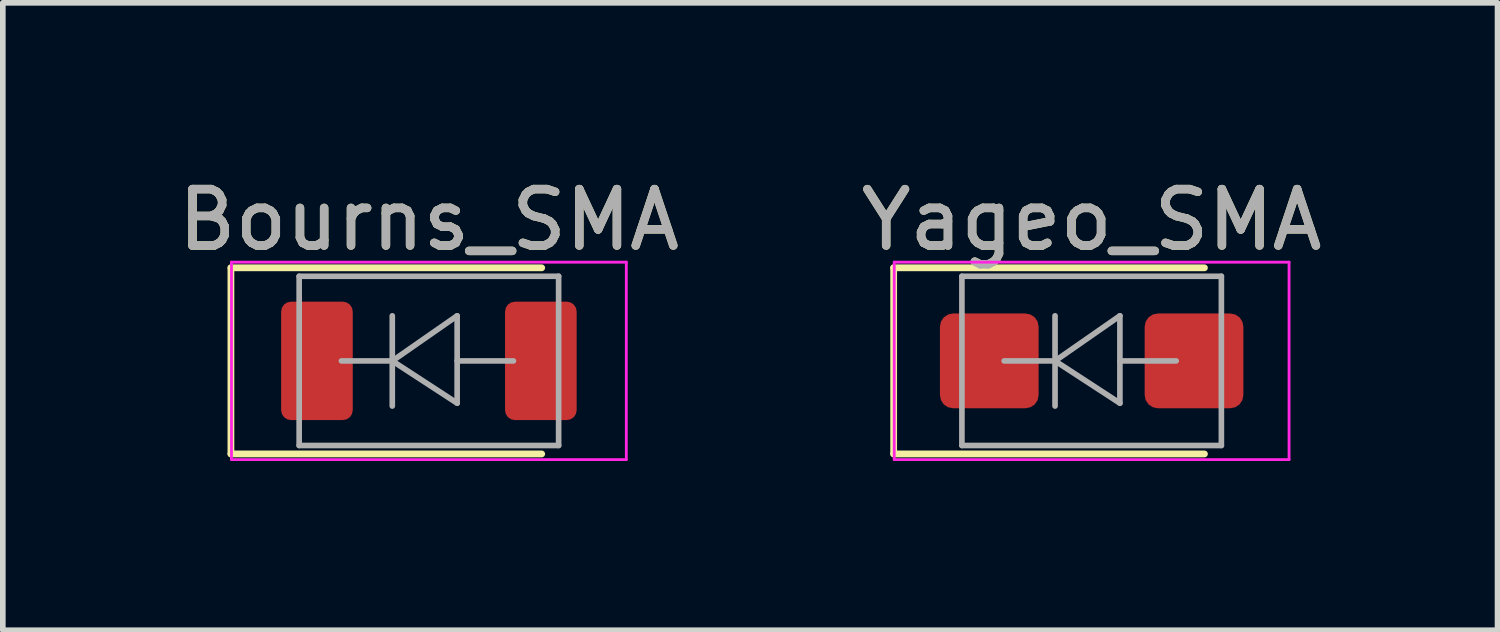
<source format=kicad_pcb>
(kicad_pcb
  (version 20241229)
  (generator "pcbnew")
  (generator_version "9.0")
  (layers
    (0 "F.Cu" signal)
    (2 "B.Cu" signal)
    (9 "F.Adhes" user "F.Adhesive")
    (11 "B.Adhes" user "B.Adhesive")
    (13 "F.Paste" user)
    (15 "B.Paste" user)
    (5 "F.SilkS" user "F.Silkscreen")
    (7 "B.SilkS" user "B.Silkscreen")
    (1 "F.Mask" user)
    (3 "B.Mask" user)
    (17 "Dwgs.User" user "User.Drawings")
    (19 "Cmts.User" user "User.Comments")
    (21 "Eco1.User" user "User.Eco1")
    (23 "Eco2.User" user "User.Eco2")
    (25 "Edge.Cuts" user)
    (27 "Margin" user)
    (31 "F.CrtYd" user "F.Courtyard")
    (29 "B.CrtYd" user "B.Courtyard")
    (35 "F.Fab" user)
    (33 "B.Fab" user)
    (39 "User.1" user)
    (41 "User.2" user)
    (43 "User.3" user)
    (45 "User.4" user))
  (footprint "Yageo_SMA"
    (layer "F.Cu")
    (at 16.304 3.348)
    (property "Reference" "Yageo_SMA" (at 0 -2.5 0) (layer "F.SilkS") (effects (font (size 1 1) (thickness 0.15))))
    (attr smd)
    (fp_line (start -3.51 -1.65) (end -3.51 1.65) (stroke (width 0.12) (type solid)) (layer "F.SilkS"))
    (fp_line (start -3.51 -1.65) (end 2 -1.65) (stroke (width 0.12) (type solid)) (layer "F.SilkS"))
    (fp_line (start -3.51 1.65) (end 2 1.65) (stroke (width 0.12) (type solid)) (layer "F.SilkS"))
    (fp_line (start -3.5 -1.75) (end 3.5 -1.75) (stroke (width 0.05) (type solid)) (layer "F.CrtYd"))
    (fp_line (start -3.5 1.75) (end -3.5 -1.75) (stroke (width 0.05) (type solid)) (layer "F.CrtYd"))
    (fp_line (start 3.5 -1.75) (end 3.5 1.75) (stroke (width 0.05) (type solid)) (layer "F.CrtYd"))
    (fp_line (start 3.5 1.75) (end -3.5 1.75) (stroke (width 0.05) (type solid)) (layer "F.CrtYd"))
    (fp_line (start -2.3 1.5) (end -2.3 -1.5) (stroke (width 0.1) (type solid)) (layer "F.Fab"))
    (fp_line (start -0.649 -0.799) (end -0.649 0.801) (stroke (width 0.1) (type solid)) (layer "F.Fab"))
    (fp_line (start -0.649 0.001) (end -1.551 0.001) (stroke (width 0.1) (type solid)) (layer "F.Fab"))
    (fp_line (start -0.649 0.001) (end 0.501 -0.799) (stroke (width 0.1) (type solid)) (layer "F.Fab"))
    (fp_line (start -0.649 0.001) (end 0.501 0.75) (stroke (width 0.1) (type solid)) (layer "F.Fab"))
    (fp_line (start 0.501 0.001) (end 1.499 0.001) (stroke (width 0.1) (type solid)) (layer "F.Fab"))
    (fp_line (start 0.501 0.75) (end 0.501 -0.799) (stroke (width 0.1) (type solid)) (layer "F.Fab"))
    (fp_line (start 2.3 -1.5) (end -2.3 -1.5) (stroke (width 0.1) (type solid)) (layer "F.Fab"))
    (fp_line (start 2.3 -1.5) (end 2.3 1.5) (stroke (width 0.1) (type solid)) (layer "F.Fab"))
    (fp_line (start 2.3 1.5) (end -2.3 1.5) (stroke (width 0.1) (type solid)) (layer "F.Fab"))
    (fp_text user "${REFERENCE}" (at 0 -2.5 0) (layer "F.Fab") (effects (font (size 1 1) (thickness 0.15))))
    (pad "1" smd roundrect (at -1.815 0) (size 1.75 1.68) (layers "F.Cu" "F.Mask" "F.Paste") (roundrect_rratio 0.139))
    (pad "2" smd roundrect (at 1.815 0) (size 1.75 1.68) (layers "F.Cu" "F.Mask" "F.Paste") (roundrect_rratio 0.139)))
  (footprint "Bourns_SMA"
    (layer "F.Cu")
    (at 4.554 3.348)
    (property "Reference" "Bourns_SMA" (at 0 -2.5 0) (layer "F.SilkS") (effects (font (size 1 1) (thickness 0.15))))
    (attr smd)
    (fp_line (start -3.51 -1.65) (end -3.51 1.65) (stroke (width 0.12) (type solid)) (layer "F.SilkS"))
    (fp_line (start -3.51 -1.65) (end 2 -1.65) (stroke (width 0.12) (type solid)) (layer "F.SilkS"))
    (fp_line (start -3.51 1.65) (end 2 1.65) (stroke (width 0.12) (type solid)) (layer "F.SilkS"))
    (fp_line (start -3.5 -1.75) (end 3.5 -1.75) (stroke (width 0.05) (type solid)) (layer "F.CrtYd"))
    (fp_line (start -3.5 1.75) (end -3.5 -1.75) (stroke (width 0.05) (type solid)) (layer "F.CrtYd"))
    (fp_line (start 3.5 -1.75) (end 3.5 1.75) (stroke (width 0.05) (type solid)) (layer "F.CrtYd"))
    (fp_line (start 3.5 1.75) (end -3.5 1.75) (stroke (width 0.05) (type solid)) (layer "F.CrtYd"))
    (fp_line (start -2.3 1.5) (end -2.3 -1.5) (stroke (width 0.1) (type solid)) (layer "F.Fab"))
    (fp_line (start -0.649 -0.799) (end -0.649 0.801) (stroke (width 0.1) (type solid)) (layer "F.Fab"))
    (fp_line (start -0.649 0.001) (end -1.551 0.001) (stroke (width 0.1) (type solid)) (layer "F.Fab"))
    (fp_line (start -0.649 0.001) (end 0.501 -0.799) (stroke (width 0.1) (type solid)) (layer "F.Fab"))
    (fp_line (start -0.649 0.001) (end 0.501 0.75) (stroke (width 0.1) (type solid)) (layer "F.Fab"))
    (fp_line (start 0.501 0.001) (end 1.499 0.001) (stroke (width 0.1) (type solid)) (layer "F.Fab"))
    (fp_line (start 0.501 0.75) (end 0.501 -0.799) (stroke (width 0.1) (type solid)) (layer "F.Fab"))
    (fp_line (start 2.3 -1.5) (end -2.3 -1.5) (stroke (width 0.1) (type solid)) (layer "F.Fab"))
    (fp_line (start 2.3 -1.5) (end 2.3 1.5) (stroke (width 0.1) (type solid)) (layer "F.Fab"))
    (fp_line (start 2.3 1.5) (end -2.3 1.5) (stroke (width 0.1) (type solid)) (layer "F.Fab"))
    (fp_text user "${REFERENCE}" (at 0 -2.5 0) (layer "F.Fab") (effects (font (size 1 1) (thickness 0.15))))
    (pad "1" smd roundrect (at -1.985 0) (size 1.27 2.1) (layers "F.Cu" "F.Mask" "F.Paste") (roundrect_rratio 0.139))
    (pad "2" smd roundrect (at 1.985 0) (size 1.27 2.1) (layers "F.Cu" "F.Mask" "F.Paste") (roundrect_rratio 0.139)))
  (gr_rect
    (start -3 -3)
    (end 23.5 8.123)
    (stroke (width 0.1) (type default))
    (fill no)
    (layer "Edge.Cuts")))
</source>
